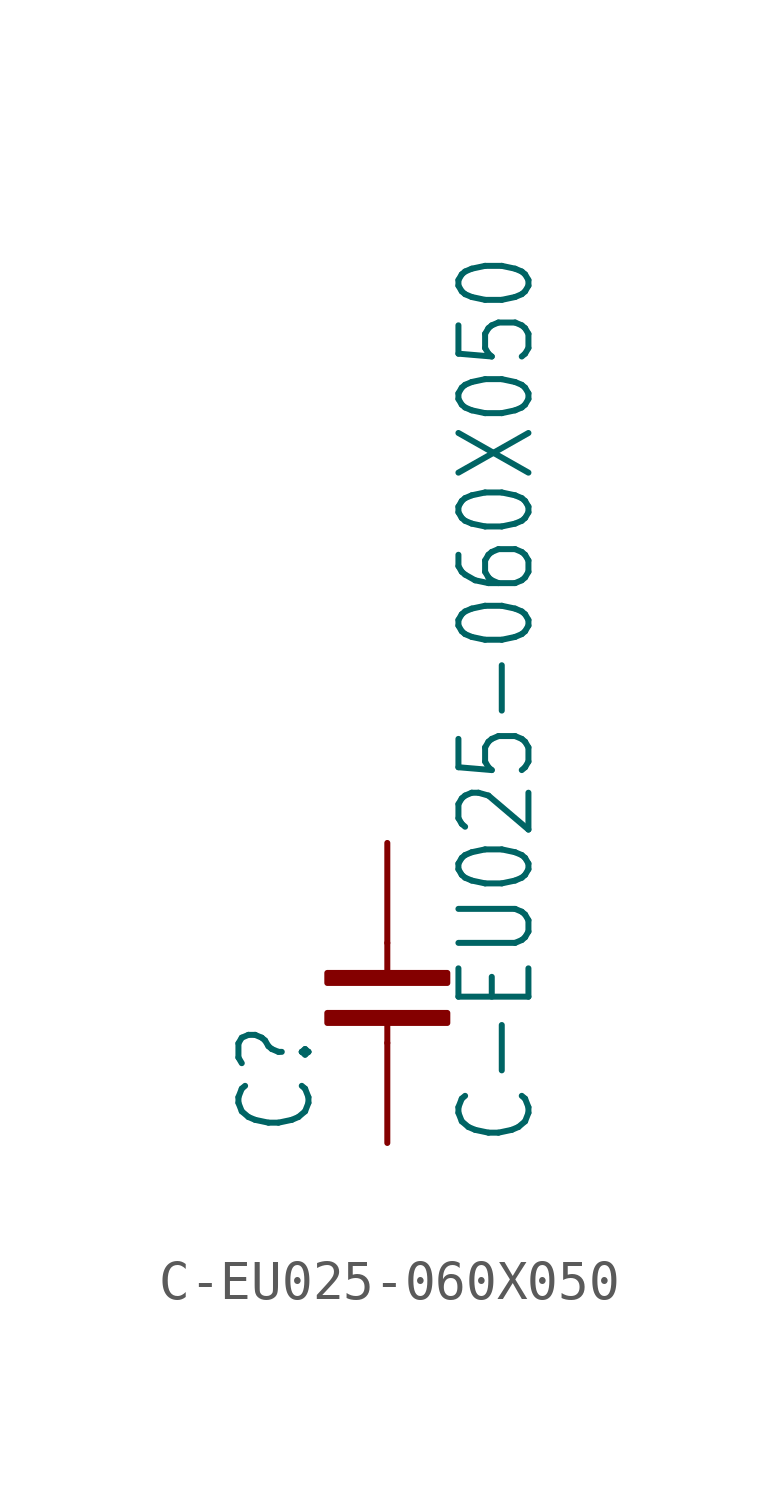
<source format=kicad_sym>
(kicad_symbol_lib
  (version 20211014)
  (generator kicad_symbol_editor)
  (symbol "C-EU025-060X050"
    (property "Reference" "C"
      (at -1.778 -4.953 90)
      (effects (font (size 1.778 1.511)) (justify left bottom)))
    (property "Value" "C-EU025-060X050"
      (at 3.81 -5.207 90)
      (effects (font (size 1.778 1.511)) (justify left bottom)))
    (property "ki_locked" ""
      (at 0 0 0)
      (effects (font (size 1.27 1.27))))
    (symbol "C-EU025-060X050_1_0"
      (rectangle (start -1.524 -2.032) (end 1.524 -1.778) (stroke (width 0) (type default) (color 0 0 0 0)) (fill (type outline)))
      (rectangle (start -1.524 -1.016) (end 1.524 -0.762) (stroke (width 0) (type default) (color 0 0 0 0)) (fill (type outline)))
      (polyline (pts (xy 0 -2.54) (xy 0 -2.032)) (stroke (width 0.152) (type default) (color 0 0 0 0)) (fill (type none)))
      (polyline (pts (xy 0 0) (xy 0 -0.762)) (stroke (width 0.152) (type default) (color 0 0 0 0)) (fill (type none)))
      (pin passive line (at 0 2.54 270) (length 2.54) (name "1" (effects (font (size 0 0)))) (number "1" (effects (font (size 0 0)))))
      (pin passive line (at 0 -5.08 90) (length 2.54) (name "2" (effects (font (size 0 0)))) (number "2" (effects (font (size 0 0))))))))
</source>
